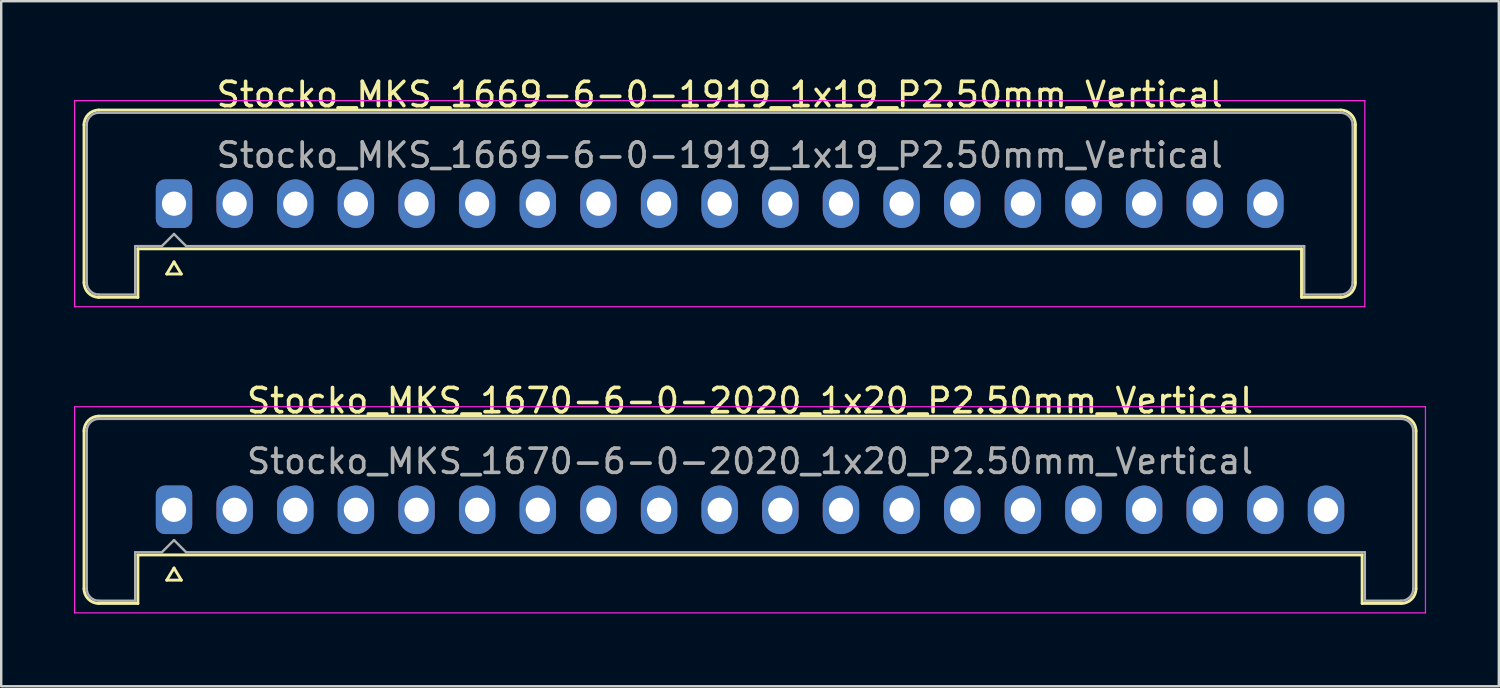
<source format=kicad_pcb>
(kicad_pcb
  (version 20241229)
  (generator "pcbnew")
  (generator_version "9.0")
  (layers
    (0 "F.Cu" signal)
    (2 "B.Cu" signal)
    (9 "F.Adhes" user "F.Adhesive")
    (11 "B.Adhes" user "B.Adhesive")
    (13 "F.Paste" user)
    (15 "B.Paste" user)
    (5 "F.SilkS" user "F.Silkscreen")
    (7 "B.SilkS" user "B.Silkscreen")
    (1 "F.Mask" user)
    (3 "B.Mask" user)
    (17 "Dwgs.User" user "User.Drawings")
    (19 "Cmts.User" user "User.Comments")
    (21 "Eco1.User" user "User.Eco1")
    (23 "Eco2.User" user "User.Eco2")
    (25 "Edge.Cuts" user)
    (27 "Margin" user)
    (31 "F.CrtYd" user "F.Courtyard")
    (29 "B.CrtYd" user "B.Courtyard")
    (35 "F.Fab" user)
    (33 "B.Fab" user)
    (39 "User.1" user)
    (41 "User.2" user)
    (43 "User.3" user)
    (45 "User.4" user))
  (footprint "Stocko_MKS_1669-6-0-1919_1x19_P2.50mm_Vertical"
    (layer "F.Cu")
    (at 4.125 5.348)
    (property "Reference" "Stocko_MKS_1669-6-0-1919_1x19_P2.50mm_Vertical" (at 22.5 -4.5 0) (layer "F.SilkS") (effects (font (size 1 1) (thickness 0.15))))
    (attr through_hole)
    (fp_line (start -3.71 -3.25) (end -3.71 3.25) (stroke (width 0.12) (type solid)) (layer "F.SilkS"))
    (fp_line (start -3.1 -3.86) (end 48.1 -3.86) (stroke (width 0.12) (type solid)) (layer "F.SilkS"))
    (fp_line (start -3.1 3.86) (end -1.49 3.86) (stroke (width 0.12) (type solid)) (layer "F.SilkS"))
    (fp_line (start -1.49 1.86) (end 46.49 1.86) (stroke (width 0.12) (type solid)) (layer "F.SilkS"))
    (fp_line (start -1.49 3.86) (end -1.49 1.86) (stroke (width 0.12) (type solid)) (layer "F.SilkS"))
    (fp_line (start -0.3 2.9) (end 0.3 2.9) (stroke (width 0.12) (type solid)) (layer "F.SilkS"))
    (fp_line (start 0 2.4) (end -0.3 2.9) (stroke (width 0.12) (type solid)) (layer "F.SilkS"))
    (fp_line (start 0.3 2.9) (end 0 2.4) (stroke (width 0.12) (type solid)) (layer "F.SilkS"))
    (fp_line (start 46.49 3.86) (end 46.49 1.86) (stroke (width 0.12) (type solid)) (layer "F.SilkS"))
    (fp_line (start 48.1 3.86) (end 46.49 3.86) (stroke (width 0.12) (type solid)) (layer "F.SilkS"))
    (fp_line (start 48.71 -3.25) (end 48.71 3.25) (stroke (width 0.12) (type solid)) (layer "F.SilkS"))
    (fp_arc (start -3.71 -3.25) (mid -3.531335 -3.681335) (end -3.1 -3.86) (stroke (width 0.12) (type solid)) (layer "F.SilkS"))
    (fp_arc (start -3.1 3.86) (mid -3.531335 3.681335) (end -3.71 3.25) (stroke (width 0.12) (type solid)) (layer "F.SilkS"))
    (fp_arc (start 48.1 -3.86) (mid 48.531335 -3.681335) (end 48.71 -3.25) (stroke (width 0.12) (type solid)) (layer "F.SilkS"))
    (fp_arc (start 48.71 3.25) (mid 48.531335 3.681335) (end 48.1 3.86) (stroke (width 0.12) (type solid)) (layer "F.SilkS"))
    (fp_line (start -4.1 -4.25) (end -4.1 4.25) (stroke (width 0.05) (type solid)) (layer "F.CrtYd"))
    (fp_line (start -4.1 4.25) (end 49.1 4.25) (stroke (width 0.05) (type solid)) (layer "F.CrtYd"))
    (fp_line (start 49.1 -4.25) (end -4.1 -4.25) (stroke (width 0.05) (type solid)) (layer "F.CrtYd"))
    (fp_line (start 49.1 4.25) (end 49.1 -4.25) (stroke (width 0.05) (type solid)) (layer "F.CrtYd"))
    (fp_line (start -3.6 -3.25) (end -3.6 3.25) (stroke (width 0.1) (type solid)) (layer "F.Fab"))
    (fp_line (start -3.1 -3.75) (end 48.1 -3.75) (stroke (width 0.1) (type solid)) (layer "F.Fab"))
    (fp_line (start -3.1 3.75) (end -1.6 3.75) (stroke (width 0.1) (type solid)) (layer "F.Fab"))
    (fp_line (start -1.6 1.75) (end -0.5 1.75) (stroke (width 0.1) (type solid)) (layer "F.Fab"))
    (fp_line (start -1.6 3.75) (end -1.6 1.75) (stroke (width 0.1) (type solid)) (layer "F.Fab"))
    (fp_line (start -0.5 1.75) (end 0 1.25) (stroke (width 0.1) (type solid)) (layer "F.Fab"))
    (fp_line (start 0 1.25) (end 0.5 1.75) (stroke (width 0.1) (type solid)) (layer "F.Fab"))
    (fp_line (start 0.5 1.75) (end 46.6 1.75) (stroke (width 0.1) (type solid)) (layer "F.Fab"))
    (fp_line (start 46.6 3.75) (end 46.6 1.75) (stroke (width 0.1) (type solid)) (layer "F.Fab"))
    (fp_line (start 48.1 3.75) (end 46.6 3.75) (stroke (width 0.1) (type solid)) (layer "F.Fab"))
    (fp_line (start 48.6 -3.25) (end 48.6 3.25) (stroke (width 0.1) (type solid)) (layer "F.Fab"))
    (fp_arc (start -3.6 -3.25) (mid -3.453553 -3.603553) (end -3.1 -3.75) (stroke (width 0.1) (type solid)) (layer "F.Fab"))
    (fp_arc (start -3.1 3.75) (mid -3.453553 3.603553) (end -3.6 3.25) (stroke (width 0.1) (type solid)) (layer "F.Fab"))
    (fp_arc (start 48.1 -3.75) (mid 48.453553 -3.603553) (end 48.6 -3.25) (stroke (width 0.1) (type solid)) (layer "F.Fab"))
    (fp_arc (start 48.6 3.25) (mid 48.453553 3.603553) (end 48.1 3.75) (stroke (width 0.1) (type solid)) (layer "F.Fab"))
    (fp_text user "${REFERENCE}" (at 22.5 -2 0) (layer "F.Fab") (effects (font (size 1 1) (thickness 0.15))))
    (pad "1" thru_hole roundrect (at 0 0) (size 1.5 2) (drill 1) (layers "*.Cu" "*.Mask") (roundrect_rratio 0.25))
    (pad "2" thru_hole oval (at 2.5 0) (size 1.5 2) (drill 1) (layers "*.Cu" "*.Mask"))
    (pad "3" thru_hole oval (at 5 0) (size 1.5 2) (drill 1) (layers "*.Cu" "*.Mask"))
    (pad "4" thru_hole oval (at 7.5 0) (size 1.5 2) (drill 1) (layers "*.Cu" "*.Mask"))
    (pad "5" thru_hole oval (at 10 0) (size 1.5 2) (drill 1) (layers "*.Cu" "*.Mask"))
    (pad "6" thru_hole oval (at 12.5 0) (size 1.5 2) (drill 1) (layers "*.Cu" "*.Mask"))
    (pad "7" thru_hole oval (at 15 0) (size 1.5 2) (drill 1) (layers "*.Cu" "*.Mask"))
    (pad "8" thru_hole oval (at 17.5 0) (size 1.5 2) (drill 1) (layers "*.Cu" "*.Mask"))
    (pad "9" thru_hole oval (at 20 0) (size 1.5 2) (drill 1) (layers "*.Cu" "*.Mask"))
    (pad "10" thru_hole oval (at 22.5 0) (size 1.5 2) (drill 1) (layers "*.Cu" "*.Mask"))
    (pad "11" thru_hole oval (at 25 0) (size 1.5 2) (drill 1) (layers "*.Cu" "*.Mask"))
    (pad "12" thru_hole oval (at 27.5 0) (size 1.5 2) (drill 1) (layers "*.Cu" "*.Mask"))
    (pad "13" thru_hole oval (at 30 0) (size 1.5 2) (drill 1) (layers "*.Cu" "*.Mask"))
    (pad "14" thru_hole oval (at 32.5 0) (size 1.5 2) (drill 1) (layers "*.Cu" "*.Mask"))
    (pad "15" thru_hole oval (at 35 0) (size 1.5 2) (drill 1) (layers "*.Cu" "*.Mask"))
    (pad "16" thru_hole oval (at 37.5 0) (size 1.5 2) (drill 1) (layers "*.Cu" "*.Mask"))
    (pad "17" thru_hole oval (at 40 0) (size 1.5 2) (drill 1) (layers "*.Cu" "*.Mask"))
    (pad "18" thru_hole oval (at 42.5 0) (size 1.5 2) (drill 1) (layers "*.Cu" "*.Mask"))
    (pad "19" thru_hole oval (at 45 0) (size 1.5 2) (drill 1) (layers "*.Cu" "*.Mask")))
  (footprint "Stocko_MKS_1670-6-0-2020_1x20_P2.50mm_Vertical"
    (layer "F.Cu")
    (at 4.125 17.971)
    (property "Reference" "Stocko_MKS_1670-6-0-2020_1x20_P2.50mm_Vertical" (at 23.75 -4.5 0) (layer "F.SilkS") (effects (font (size 1 1) (thickness 0.15))))
    (attr through_hole)
    (fp_line (start -3.71 -3.25) (end -3.71 3.25) (stroke (width 0.12) (type solid)) (layer "F.SilkS"))
    (fp_line (start -3.1 -3.86) (end 50.6 -3.86) (stroke (width 0.12) (type solid)) (layer "F.SilkS"))
    (fp_line (start -3.1 3.86) (end -1.49 3.86) (stroke (width 0.12) (type solid)) (layer "F.SilkS"))
    (fp_line (start -1.49 1.86) (end 48.99 1.86) (stroke (width 0.12) (type solid)) (layer "F.SilkS"))
    (fp_line (start -1.49 3.86) (end -1.49 1.86) (stroke (width 0.12) (type solid)) (layer "F.SilkS"))
    (fp_line (start -0.3 2.9) (end 0.3 2.9) (stroke (width 0.12) (type solid)) (layer "F.SilkS"))
    (fp_line (start 0 2.4) (end -0.3 2.9) (stroke (width 0.12) (type solid)) (layer "F.SilkS"))
    (fp_line (start 0.3 2.9) (end 0 2.4) (stroke (width 0.12) (type solid)) (layer "F.SilkS"))
    (fp_line (start 48.99 3.86) (end 48.99 1.86) (stroke (width 0.12) (type solid)) (layer "F.SilkS"))
    (fp_line (start 50.6 3.86) (end 48.99 3.86) (stroke (width 0.12) (type solid)) (layer "F.SilkS"))
    (fp_line (start 51.21 -3.25) (end 51.21 3.25) (stroke (width 0.12) (type solid)) (layer "F.SilkS"))
    (fp_arc (start -3.71 -3.25) (mid -3.531335 -3.681335) (end -3.1 -3.86) (stroke (width 0.12) (type solid)) (layer "F.SilkS"))
    (fp_arc (start -3.1 3.86) (mid -3.531335 3.681335) (end -3.71 3.25) (stroke (width 0.12) (type solid)) (layer "F.SilkS"))
    (fp_arc (start 50.6 -3.86) (mid 51.031335 -3.681335) (end 51.21 -3.25) (stroke (width 0.12) (type solid)) (layer "F.SilkS"))
    (fp_arc (start 51.21 3.25) (mid 51.031335 3.681335) (end 50.6 3.86) (stroke (width 0.12) (type solid)) (layer "F.SilkS"))
    (fp_line (start -4.1 -4.25) (end -4.1 4.25) (stroke (width 0.05) (type solid)) (layer "F.CrtYd"))
    (fp_line (start -4.1 4.25) (end 51.6 4.25) (stroke (width 0.05) (type solid)) (layer "F.CrtYd"))
    (fp_line (start 51.6 -4.25) (end -4.1 -4.25) (stroke (width 0.05) (type solid)) (layer "F.CrtYd"))
    (fp_line (start 51.6 4.25) (end 51.6 -4.25) (stroke (width 0.05) (type solid)) (layer "F.CrtYd"))
    (fp_line (start -3.6 -3.25) (end -3.6 3.25) (stroke (width 0.1) (type solid)) (layer "F.Fab"))
    (fp_line (start -3.1 -3.75) (end 50.6 -3.75) (stroke (width 0.1) (type solid)) (layer "F.Fab"))
    (fp_line (start -3.1 3.75) (end -1.6 3.75) (stroke (width 0.1) (type solid)) (layer "F.Fab"))
    (fp_line (start -1.6 1.75) (end -0.5 1.75) (stroke (width 0.1) (type solid)) (layer "F.Fab"))
    (fp_line (start -1.6 3.75) (end -1.6 1.75) (stroke (width 0.1) (type solid)) (layer "F.Fab"))
    (fp_line (start -0.5 1.75) (end 0 1.25) (stroke (width 0.1) (type solid)) (layer "F.Fab"))
    (fp_line (start 0 1.25) (end 0.5 1.75) (stroke (width 0.1) (type solid)) (layer "F.Fab"))
    (fp_line (start 0.5 1.75) (end 49.1 1.75) (stroke (width 0.1) (type solid)) (layer "F.Fab"))
    (fp_line (start 49.1 3.75) (end 49.1 1.75) (stroke (width 0.1) (type solid)) (layer "F.Fab"))
    (fp_line (start 50.6 3.75) (end 49.1 3.75) (stroke (width 0.1) (type solid)) (layer "F.Fab"))
    (fp_line (start 51.1 -3.25) (end 51.1 3.25) (stroke (width 0.1) (type solid)) (layer "F.Fab"))
    (fp_arc (start -3.6 -3.25) (mid -3.453553 -3.603553) (end -3.1 -3.75) (stroke (width 0.1) (type solid)) (layer "F.Fab"))
    (fp_arc (start -3.1 3.75) (mid -3.453553 3.603553) (end -3.6 3.25) (stroke (width 0.1) (type solid)) (layer "F.Fab"))
    (fp_arc (start 50.6 -3.75) (mid 50.953553 -3.603553) (end 51.1 -3.25) (stroke (width 0.1) (type solid)) (layer "F.Fab"))
    (fp_arc (start 51.1 3.25) (mid 50.953553 3.603553) (end 50.6 3.75) (stroke (width 0.1) (type solid)) (layer "F.Fab"))
    (fp_text user "${REFERENCE}" (at 23.75 -2 0) (layer "F.Fab") (effects (font (size 1 1) (thickness 0.15))))
    (pad "1" thru_hole roundrect (at 0 0) (size 1.5 2) (drill 1) (layers "*.Cu" "*.Mask") (roundrect_rratio 0.25))
    (pad "2" thru_hole oval (at 2.5 0) (size 1.5 2) (drill 1) (layers "*.Cu" "*.Mask"))
    (pad "3" thru_hole oval (at 5 0) (size 1.5 2) (drill 1) (layers "*.Cu" "*.Mask"))
    (pad "4" thru_hole oval (at 7.5 0) (size 1.5 2) (drill 1) (layers "*.Cu" "*.Mask"))
    (pad "5" thru_hole oval (at 10 0) (size 1.5 2) (drill 1) (layers "*.Cu" "*.Mask"))
    (pad "6" thru_hole oval (at 12.5 0) (size 1.5 2) (drill 1) (layers "*.Cu" "*.Mask"))
    (pad "7" thru_hole oval (at 15 0) (size 1.5 2) (drill 1) (layers "*.Cu" "*.Mask"))
    (pad "8" thru_hole oval (at 17.5 0) (size 1.5 2) (drill 1) (layers "*.Cu" "*.Mask"))
    (pad "9" thru_hole oval (at 20 0) (size 1.5 2) (drill 1) (layers "*.Cu" "*.Mask"))
    (pad "10" thru_hole oval (at 22.5 0) (size 1.5 2) (drill 1) (layers "*.Cu" "*.Mask"))
    (pad "11" thru_hole oval (at 25 0) (size 1.5 2) (drill 1) (layers "*.Cu" "*.Mask"))
    (pad "12" thru_hole oval (at 27.5 0) (size 1.5 2) (drill 1) (layers "*.Cu" "*.Mask"))
    (pad "13" thru_hole oval (at 30 0) (size 1.5 2) (drill 1) (layers "*.Cu" "*.Mask"))
    (pad "14" thru_hole oval (at 32.5 0) (size 1.5 2) (drill 1) (layers "*.Cu" "*.Mask"))
    (pad "15" thru_hole oval (at 35 0) (size 1.5 2) (drill 1) (layers "*.Cu" "*.Mask"))
    (pad "16" thru_hole oval (at 37.5 0) (size 1.5 2) (drill 1) (layers "*.Cu" "*.Mask"))
    (pad "17" thru_hole oval (at 40 0) (size 1.5 2) (drill 1) (layers "*.Cu" "*.Mask"))
    (pad "18" thru_hole oval (at 42.5 0) (size 1.5 2) (drill 1) (layers "*.Cu" "*.Mask"))
    (pad "19" thru_hole oval (at 45 0) (size 1.5 2) (drill 1) (layers "*.Cu" "*.Mask"))
    (pad "20" thru_hole oval (at 47.5 0) (size 1.5 2) (drill 1) (layers "*.Cu" "*.Mask")))
  (gr_rect
    (start -3 -3)
    (end 58.75 25.247)
    (stroke (width 0.1) (type default))
    (fill no)
    (layer "Edge.Cuts")))
</source>
